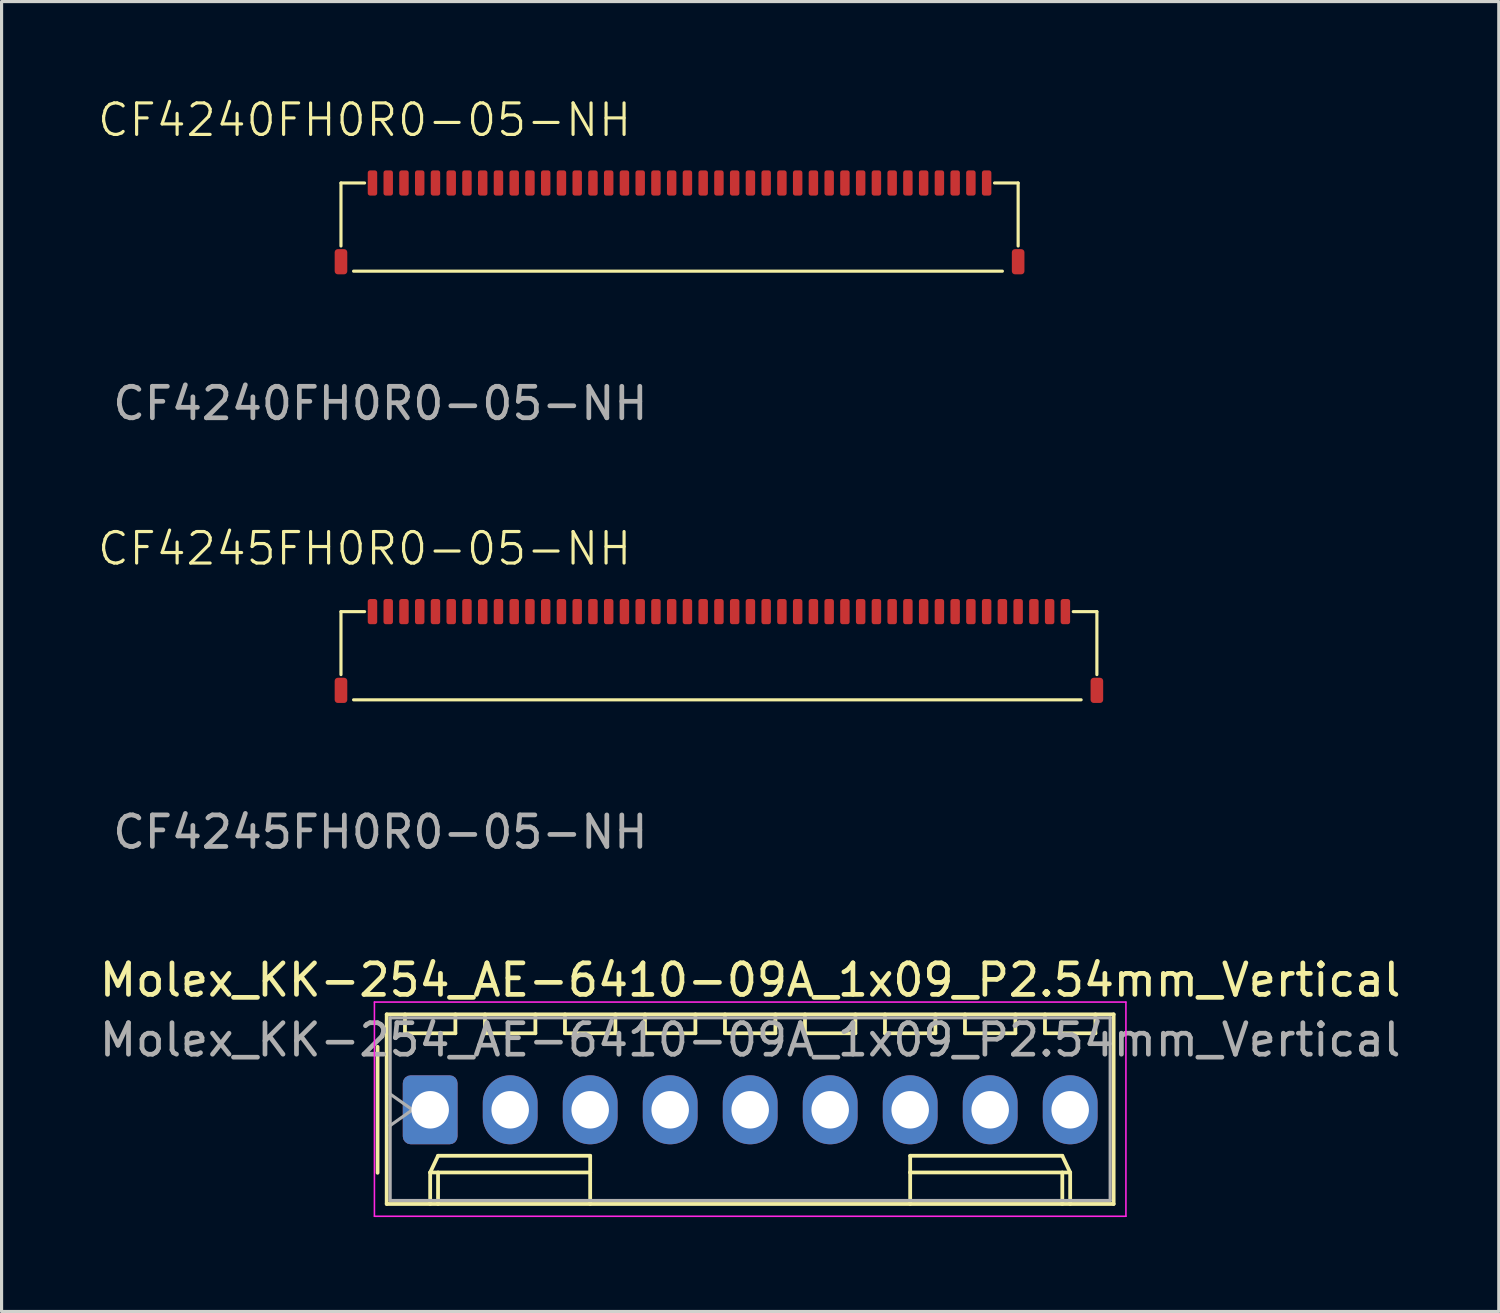
<source format=kicad_pcb>
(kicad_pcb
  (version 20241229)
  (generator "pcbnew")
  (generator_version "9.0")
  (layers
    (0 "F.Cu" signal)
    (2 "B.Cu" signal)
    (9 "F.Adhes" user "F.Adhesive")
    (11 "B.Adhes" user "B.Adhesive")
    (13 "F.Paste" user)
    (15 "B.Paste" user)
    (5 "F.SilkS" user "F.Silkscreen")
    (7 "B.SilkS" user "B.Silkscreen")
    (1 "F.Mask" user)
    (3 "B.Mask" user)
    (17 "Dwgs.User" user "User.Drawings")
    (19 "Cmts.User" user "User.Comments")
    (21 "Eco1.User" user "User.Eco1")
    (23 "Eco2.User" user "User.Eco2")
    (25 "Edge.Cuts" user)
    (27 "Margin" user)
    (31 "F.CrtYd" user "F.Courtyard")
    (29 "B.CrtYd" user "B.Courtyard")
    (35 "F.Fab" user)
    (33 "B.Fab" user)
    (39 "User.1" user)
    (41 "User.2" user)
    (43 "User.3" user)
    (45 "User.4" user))
  (footprint "CF4245FH0R0-05-NH"
    (layer "F.Cu")
    (at 8.776 16.369)
    (property "Reference" "CF4245FH0R0-05-NH" (at -0.25 -2 0) (unlocked yes) (layer "F.SilkS") (effects (font (size 1 1) (thickness 0.1))))
    (attr smd)
    (fp_line (start -1 0) (end -1 2) (stroke (width 0.1) (type default)) (layer "F.SilkS"))
    (fp_line (start -0.25 0) (end -1 0) (stroke (width 0.1) (type default)) (layer "F.SilkS"))
    (fp_line (start 22.25 0) (end 23 0) (stroke (width 0.1) (type default)) (layer "F.SilkS"))
    (fp_line (start 22.5 2.8) (end -0.6 2.8) (stroke (width 0.1) (type default)) (layer "F.SilkS"))
    (fp_line (start 23 0) (end 23 2) (stroke (width 0.1) (type default)) (layer "F.SilkS"))
    (fp_text user "${REFERENCE}" (at 0.25 7 0) (unlocked yes) (layer "F.Fab") (effects (font (size 1 1) (thickness 0.15))))
    (pad "" smd roundrect (at -1 2.5) (size 0.4 0.8) (layers "F.Cu" "F.Mask" "F.Paste") (roundrect_rratio 0.25))
    (pad "" smd roundrect (at 23 2.5) (size 0.4 0.8) (layers "F.Cu" "F.Mask" "F.Paste") (roundrect_rratio 0.25))
    (pad "1" smd roundrect (at 0 0) (size 0.3 0.8) (layers "F.Cu" "F.Mask" "F.Paste") (roundrect_rratio 0.25))
    (pad "2" smd roundrect (at 0.5 0) (size 0.3 0.8) (layers "F.Cu" "F.Mask" "F.Paste") (roundrect_rratio 0.25))
    (pad "3" smd roundrect (at 1 0) (size 0.3 0.8) (layers "F.Cu" "F.Mask" "F.Paste") (roundrect_rratio 0.25))
    (pad "4" smd roundrect (at 1.5 0) (size 0.3 0.8) (layers "F.Cu" "F.Mask" "F.Paste") (roundrect_rratio 0.25))
    (pad "5" smd roundrect (at 2 0) (size 0.3 0.8) (layers "F.Cu" "F.Mask" "F.Paste") (roundrect_rratio 0.25))
    (pad "6" smd roundrect (at 2.5 0) (size 0.3 0.8) (layers "F.Cu" "F.Mask" "F.Paste") (roundrect_rratio 0.25))
    (pad "7" smd roundrect (at 3 0) (size 0.3 0.8) (layers "F.Cu" "F.Mask" "F.Paste") (roundrect_rratio 0.25))
    (pad "8" smd roundrect (at 3.5 0) (size 0.3 0.8) (layers "F.Cu" "F.Mask" "F.Paste") (roundrect_rratio 0.25))
    (pad "9" smd roundrect (at 4 0) (size 0.3 0.8) (layers "F.Cu" "F.Mask" "F.Paste") (roundrect_rratio 0.25))
    (pad "10" smd roundrect (at 4.5 0) (size 0.3 0.8) (layers "F.Cu" "F.Mask" "F.Paste") (roundrect_rratio 0.25))
    (pad "11" smd roundrect (at 5 0) (size 0.3 0.8) (layers "F.Cu" "F.Mask" "F.Paste") (roundrect_rratio 0.25))
    (pad "12" smd roundrect (at 5.5 0) (size 0.3 0.8) (layers "F.Cu" "F.Mask" "F.Paste") (roundrect_rratio 0.25))
    (pad "13" smd roundrect (at 6 0) (size 0.3 0.8) (layers "F.Cu" "F.Mask" "F.Paste") (roundrect_rratio 0.25))
    (pad "14" smd roundrect (at 6.5 0) (size 0.3 0.8) (layers "F.Cu" "F.Mask" "F.Paste") (roundrect_rratio 0.25))
    (pad "15" smd roundrect (at 7 0) (size 0.3 0.8) (layers "F.Cu" "F.Mask" "F.Paste") (roundrect_rratio 0.25))
    (pad "16" smd roundrect (at 7.5 0) (size 0.3 0.8) (layers "F.Cu" "F.Mask" "F.Paste") (roundrect_rratio 0.25))
    (pad "17" smd roundrect (at 8 0) (size 0.3 0.8) (layers "F.Cu" "F.Mask" "F.Paste") (roundrect_rratio 0.25))
    (pad "18" smd roundrect (at 8.5 0) (size 0.3 0.8) (layers "F.Cu" "F.Mask" "F.Paste") (roundrect_rratio 0.25))
    (pad "19" smd roundrect (at 9 0) (size 0.3 0.8) (layers "F.Cu" "F.Mask" "F.Paste") (roundrect_rratio 0.25))
    (pad "20" smd roundrect (at 9.5 0) (size 0.3 0.8) (layers "F.Cu" "F.Mask" "F.Paste") (roundrect_rratio 0.25))
    (pad "21" smd roundrect (at 10 0) (size 0.3 0.8) (layers "F.Cu" "F.Mask" "F.Paste") (roundrect_rratio 0.25))
    (pad "22" smd roundrect (at 10.5 0) (size 0.3 0.8) (layers "F.Cu" "F.Mask" "F.Paste") (roundrect_rratio 0.25))
    (pad "23" smd roundrect (at 11 0) (size 0.3 0.8) (layers "F.Cu" "F.Mask" "F.Paste") (roundrect_rratio 0.25))
    (pad "24" smd roundrect (at 11.5 0) (size 0.3 0.8) (layers "F.Cu" "F.Mask" "F.Paste") (roundrect_rratio 0.25))
    (pad "25" smd roundrect (at 12 0) (size 0.3 0.8) (layers "F.Cu" "F.Mask" "F.Paste") (roundrect_rratio 0.25))
    (pad "26" smd roundrect (at 12.5 0) (size 0.3 0.8) (layers "F.Cu" "F.Mask" "F.Paste") (roundrect_rratio 0.25))
    (pad "27" smd roundrect (at 13 0) (size 0.3 0.8) (layers "F.Cu" "F.Mask" "F.Paste") (roundrect_rratio 0.25))
    (pad "28" smd roundrect (at 13.5 0) (size 0.3 0.8) (layers "F.Cu" "F.Mask" "F.Paste") (roundrect_rratio 0.25))
    (pad "29" smd roundrect (at 14 0) (size 0.3 0.8) (layers "F.Cu" "F.Mask" "F.Paste") (roundrect_rratio 0.25))
    (pad "30" smd roundrect (at 14.5 0) (size 0.3 0.8) (layers "F.Cu" "F.Mask" "F.Paste") (roundrect_rratio 0.25))
    (pad "31" smd roundrect (at 15 0) (size 0.3 0.8) (layers "F.Cu" "F.Mask" "F.Paste") (roundrect_rratio 0.25))
    (pad "32" smd roundrect (at 15.5 0) (size 0.3 0.8) (layers "F.Cu" "F.Mask" "F.Paste") (roundrect_rratio 0.25))
    (pad "33" smd roundrect (at 16 0) (size 0.3 0.8) (layers "F.Cu" "F.Mask" "F.Paste") (roundrect_rratio 0.25))
    (pad "34" smd roundrect (at 16.5 0) (size 0.3 0.8) (layers "F.Cu" "F.Mask" "F.Paste") (roundrect_rratio 0.25))
    (pad "35" smd roundrect (at 17 0) (size 0.3 0.8) (layers "F.Cu" "F.Mask" "F.Paste") (roundrect_rratio 0.25))
    (pad "36" smd roundrect (at 17.5 0) (size 0.3 0.8) (layers "F.Cu" "F.Mask" "F.Paste") (roundrect_rratio 0.25))
    (pad "37" smd roundrect (at 18 0) (size 0.3 0.8) (layers "F.Cu" "F.Mask" "F.Paste") (roundrect_rratio 0.25))
    (pad "38" smd roundrect (at 18.5 0) (size 0.3 0.8) (layers "F.Cu" "F.Mask" "F.Paste") (roundrect_rratio 0.25))
    (pad "39" smd roundrect (at 19 0) (size 0.3 0.8) (layers "F.Cu" "F.Mask" "F.Paste") (roundrect_rratio 0.25))
    (pad "40" smd roundrect (at 19.5 0) (size 0.3 0.8) (layers "F.Cu" "F.Mask" "F.Paste") (roundrect_rratio 0.25))
    (pad "41" smd roundrect (at 20 0) (size 0.3 0.8) (layers "F.Cu" "F.Mask" "F.Paste") (roundrect_rratio 0.25))
    (pad "42" smd roundrect (at 20.5 0) (size 0.3 0.8) (layers "F.Cu" "F.Mask" "F.Paste") (roundrect_rratio 0.25))
    (pad "43" smd roundrect (at 21 0) (size 0.3 0.8) (layers "F.Cu" "F.Mask" "F.Paste") (roundrect_rratio 0.25))
    (pad "44" smd roundrect (at 21.5 0) (size 0.3 0.8) (layers "F.Cu" "F.Mask" "F.Paste") (roundrect_rratio 0.25))
    (pad "45" smd roundrect (at 22 0) (size 0.3 0.8) (layers "F.Cu" "F.Mask" "F.Paste") (roundrect_rratio 0.25)))
  (footprint "CF4240FH0R0-05-NH"
    (layer "F.Cu")
    (at 8.776 2.76)
    (property "Reference" "CF4240FH0R0-05-NH" (at -0.25 -2 0) (unlocked yes) (layer "F.SilkS") (effects (font (size 1 1) (thickness 0.1))))
    (attr smd)
    (fp_line (start -1 0) (end -1 2) (stroke (width 0.1) (type default)) (layer "F.SilkS"))
    (fp_line (start -0.25 0) (end -1 0) (stroke (width 0.1) (type default)) (layer "F.SilkS"))
    (fp_line (start 19.75 0) (end 20.5 0) (stroke (width 0.1) (type default)) (layer "F.SilkS"))
    (fp_line (start 20 2.8) (end -0.6 2.8) (stroke (width 0.1) (type default)) (layer "F.SilkS"))
    (fp_line (start 20.5 0) (end 20.5 2) (stroke (width 0.1) (type default)) (layer "F.SilkS"))
    (fp_text user "${REFERENCE}" (at 0.25 7 0) (unlocked yes) (layer "F.Fab") (effects (font (size 1 1) (thickness 0.15))))
    (pad "" smd roundrect (at -1 2.5) (size 0.4 0.8) (layers "F.Cu" "F.Mask" "F.Paste") (roundrect_rratio 0.25))
    (pad "" smd roundrect (at 20.5 2.5) (size 0.4 0.8) (layers "F.Cu" "F.Mask" "F.Paste") (roundrect_rratio 0.25))
    (pad "1" smd roundrect (at 0 0) (size 0.3 0.8) (layers "F.Cu" "F.Mask" "F.Paste") (roundrect_rratio 0.25))
    (pad "2" smd roundrect (at 0.5 0) (size 0.3 0.8) (layers "F.Cu" "F.Mask" "F.Paste") (roundrect_rratio 0.25))
    (pad "3" smd roundrect (at 1 0) (size 0.3 0.8) (layers "F.Cu" "F.Mask" "F.Paste") (roundrect_rratio 0.25))
    (pad "4" smd roundrect (at 1.5 0) (size 0.3 0.8) (layers "F.Cu" "F.Mask" "F.Paste") (roundrect_rratio 0.25))
    (pad "5" smd roundrect (at 2 0) (size 0.3 0.8) (layers "F.Cu" "F.Mask" "F.Paste") (roundrect_rratio 0.25))
    (pad "6" smd roundrect (at 2.5 0) (size 0.3 0.8) (layers "F.Cu" "F.Mask" "F.Paste") (roundrect_rratio 0.25))
    (pad "7" smd roundrect (at 3 0) (size 0.3 0.8) (layers "F.Cu" "F.Mask" "F.Paste") (roundrect_rratio 0.25))
    (pad "8" smd roundrect (at 3.5 0) (size 0.3 0.8) (layers "F.Cu" "F.Mask" "F.Paste") (roundrect_rratio 0.25))
    (pad "9" smd roundrect (at 4 0) (size 0.3 0.8) (layers "F.Cu" "F.Mask" "F.Paste") (roundrect_rratio 0.25))
    (pad "10" smd roundrect (at 4.5 0) (size 0.3 0.8) (layers "F.Cu" "F.Mask" "F.Paste") (roundrect_rratio 0.25))
    (pad "11" smd roundrect (at 5 0) (size 0.3 0.8) (layers "F.Cu" "F.Mask" "F.Paste") (roundrect_rratio 0.25))
    (pad "12" smd roundrect (at 5.5 0) (size 0.3 0.8) (layers "F.Cu" "F.Mask" "F.Paste") (roundrect_rratio 0.25))
    (pad "13" smd roundrect (at 6 0) (size 0.3 0.8) (layers "F.Cu" "F.Mask" "F.Paste") (roundrect_rratio 0.25))
    (pad "14" smd roundrect (at 6.5 0) (size 0.3 0.8) (layers "F.Cu" "F.Mask" "F.Paste") (roundrect_rratio 0.25))
    (pad "15" smd roundrect (at 7 0) (size 0.3 0.8) (layers "F.Cu" "F.Mask" "F.Paste") (roundrect_rratio 0.25))
    (pad "16" smd roundrect (at 7.5 0) (size 0.3 0.8) (layers "F.Cu" "F.Mask" "F.Paste") (roundrect_rratio 0.25))
    (pad "17" smd roundrect (at 8 0) (size 0.3 0.8) (layers "F.Cu" "F.Mask" "F.Paste") (roundrect_rratio 0.25))
    (pad "18" smd roundrect (at 8.5 0) (size 0.3 0.8) (layers "F.Cu" "F.Mask" "F.Paste") (roundrect_rratio 0.25))
    (pad "19" smd roundrect (at 9 0) (size 0.3 0.8) (layers "F.Cu" "F.Mask" "F.Paste") (roundrect_rratio 0.25))
    (pad "20" smd roundrect (at 9.5 0) (size 0.3 0.8) (layers "F.Cu" "F.Mask" "F.Paste") (roundrect_rratio 0.25))
    (pad "21" smd roundrect (at 10 0) (size 0.3 0.8) (layers "F.Cu" "F.Mask" "F.Paste") (roundrect_rratio 0.25))
    (pad "22" smd roundrect (at 10.5 0) (size 0.3 0.8) (layers "F.Cu" "F.Mask" "F.Paste") (roundrect_rratio 0.25))
    (pad "23" smd roundrect (at 11 0) (size 0.3 0.8) (layers "F.Cu" "F.Mask" "F.Paste") (roundrect_rratio 0.25))
    (pad "24" smd roundrect (at 11.5 0) (size 0.3 0.8) (layers "F.Cu" "F.Mask" "F.Paste") (roundrect_rratio 0.25))
    (pad "25" smd roundrect (at 12 0) (size 0.3 0.8) (layers "F.Cu" "F.Mask" "F.Paste") (roundrect_rratio 0.25))
    (pad "26" smd roundrect (at 12.5 0) (size 0.3 0.8) (layers "F.Cu" "F.Mask" "F.Paste") (roundrect_rratio 0.25))
    (pad "27" smd roundrect (at 13 0) (size 0.3 0.8) (layers "F.Cu" "F.Mask" "F.Paste") (roundrect_rratio 0.25))
    (pad "28" smd roundrect (at 13.5 0) (size 0.3 0.8) (layers "F.Cu" "F.Mask" "F.Paste") (roundrect_rratio 0.25))
    (pad "29" smd roundrect (at 14 0) (size 0.3 0.8) (layers "F.Cu" "F.Mask" "F.Paste") (roundrect_rratio 0.25))
    (pad "30" smd roundrect (at 14.5 0) (size 0.3 0.8) (layers "F.Cu" "F.Mask" "F.Paste") (roundrect_rratio 0.25))
    (pad "31" smd roundrect (at 15 0) (size 0.3 0.8) (layers "F.Cu" "F.Mask" "F.Paste") (roundrect_rratio 0.25))
    (pad "32" smd roundrect (at 15.5 0) (size 0.3 0.8) (layers "F.Cu" "F.Mask" "F.Paste") (roundrect_rratio 0.25))
    (pad "33" smd roundrect (at 16 0) (size 0.3 0.8) (layers "F.Cu" "F.Mask" "F.Paste") (roundrect_rratio 0.25))
    (pad "34" smd roundrect (at 16.5 0) (size 0.3 0.8) (layers "F.Cu" "F.Mask" "F.Paste") (roundrect_rratio 0.25))
    (pad "35" smd roundrect (at 17 0) (size 0.3 0.8) (layers "F.Cu" "F.Mask" "F.Paste") (roundrect_rratio 0.25))
    (pad "36" smd roundrect (at 17.5 0) (size 0.3 0.8) (layers "F.Cu" "F.Mask" "F.Paste") (roundrect_rratio 0.25))
    (pad "37" smd roundrect (at 18 0) (size 0.3 0.8) (layers "F.Cu" "F.Mask" "F.Paste") (roundrect_rratio 0.25))
    (pad "38" smd roundrect (at 18.5 0) (size 0.3 0.8) (layers "F.Cu" "F.Mask" "F.Paste") (roundrect_rratio 0.25))
    (pad "39" smd roundrect (at 19 0) (size 0.3 0.8) (layers "F.Cu" "F.Mask" "F.Paste") (roundrect_rratio 0.25))
    (pad "40" smd roundrect (at 19.5 0) (size 0.3 0.8) (layers "F.Cu" "F.Mask" "F.Paste") (roundrect_rratio 0.25)))
  (footprint "Molex_KK-254_AE-6410-09A_1x09_P2.54mm_Vertical"
    (layer "F.Cu")
    (at 10.608 32.186)
    (property "Reference" "Molex_KK-254_AE-6410-09A_1x09_P2.54mm_Vertical" (at 10.16 -4.12 0) (layer "F.SilkS") (effects (font (size 1 1) (thickness 0.15))))
    (attr through_hole)
    (fp_line (start -1.67 -2) (end -1.67 2) (stroke (width 0.12) (type solid)) (layer "F.SilkS"))
    (fp_line (start -1.38 -3.03) (end -1.38 2.99) (stroke (width 0.12) (type solid)) (layer "F.SilkS"))
    (fp_line (start -1.38 2.99) (end 21.7 2.99) (stroke (width 0.12) (type solid)) (layer "F.SilkS"))
    (fp_line (start -0.8 -3.03) (end -0.8 -2.43) (stroke (width 0.12) (type solid)) (layer "F.SilkS"))
    (fp_line (start -0.8 -2.43) (end 0.8 -2.43) (stroke (width 0.12) (type solid)) (layer "F.SilkS"))
    (fp_line (start 0 1.99) (end 0.25 1.46) (stroke (width 0.12) (type solid)) (layer "F.SilkS"))
    (fp_line (start 0 1.99) (end 5.08 1.99) (stroke (width 0.12) (type solid)) (layer "F.SilkS"))
    (fp_line (start 0 2.99) (end 0 1.99) (stroke (width 0.12) (type solid)) (layer "F.SilkS"))
    (fp_line (start 0.25 1.46) (end 5.08 1.46) (stroke (width 0.12) (type solid)) (layer "F.SilkS"))
    (fp_line (start 0.25 2.99) (end 0.25 1.99) (stroke (width 0.12) (type solid)) (layer "F.SilkS"))
    (fp_line (start 0.8 -2.43) (end 0.8 -3.03) (stroke (width 0.12) (type solid)) (layer "F.SilkS"))
    (fp_line (start 1.74 -3.03) (end 1.74 -2.43) (stroke (width 0.12) (type solid)) (layer "F.SilkS"))
    (fp_line (start 1.74 -2.43) (end 3.34 -2.43) (stroke (width 0.12) (type solid)) (layer "F.SilkS"))
    (fp_line (start 3.34 -2.43) (end 3.34 -3.03) (stroke (width 0.12) (type solid)) (layer "F.SilkS"))
    (fp_line (start 4.28 -3.03) (end 4.28 -2.43) (stroke (width 0.12) (type solid)) (layer "F.SilkS"))
    (fp_line (start 4.28 -2.43) (end 5.88 -2.43) (stroke (width 0.12) (type solid)) (layer "F.SilkS"))
    (fp_line (start 5.08 1.46) (end 5.08 1.99) (stroke (width 0.12) (type solid)) (layer "F.SilkS"))
    (fp_line (start 5.08 1.99) (end 5.08 2.99) (stroke (width 0.12) (type solid)) (layer "F.SilkS"))
    (fp_line (start 5.88 -2.43) (end 5.88 -3.03) (stroke (width 0.12) (type solid)) (layer "F.SilkS"))
    (fp_line (start 6.82 -3.03) (end 6.82 -2.43) (stroke (width 0.12) (type solid)) (layer "F.SilkS"))
    (fp_line (start 6.82 -2.43) (end 8.42 -2.43) (stroke (width 0.12) (type solid)) (layer "F.SilkS"))
    (fp_line (start 8.42 -2.43) (end 8.42 -3.03) (stroke (width 0.12) (type solid)) (layer "F.SilkS"))
    (fp_line (start 9.36 -3.03) (end 9.36 -2.43) (stroke (width 0.12) (type solid)) (layer "F.SilkS"))
    (fp_line (start 9.36 -2.43) (end 10.96 -2.43) (stroke (width 0.12) (type solid)) (layer "F.SilkS"))
    (fp_line (start 10.96 -2.43) (end 10.96 -3.03) (stroke (width 0.12) (type solid)) (layer "F.SilkS"))
    (fp_line (start 11.9 -3.03) (end 11.9 -2.43) (stroke (width 0.12) (type solid)) (layer "F.SilkS"))
    (fp_line (start 11.9 -2.43) (end 13.5 -2.43) (stroke (width 0.12) (type solid)) (layer "F.SilkS"))
    (fp_line (start 13.5 -2.43) (end 13.5 -3.03) (stroke (width 0.12) (type solid)) (layer "F.SilkS"))
    (fp_line (start 14.44 -3.03) (end 14.44 -2.43) (stroke (width 0.12) (type solid)) (layer "F.SilkS"))
    (fp_line (start 14.44 -2.43) (end 16.04 -2.43) (stroke (width 0.12) (type solid)) (layer "F.SilkS"))
    (fp_line (start 15.24 1.46) (end 15.24 1.99) (stroke (width 0.12) (type solid)) (layer "F.SilkS"))
    (fp_line (start 15.24 1.99) (end 15.24 2.99) (stroke (width 0.12) (type solid)) (layer "F.SilkS"))
    (fp_line (start 16.04 -2.43) (end 16.04 -3.03) (stroke (width 0.12) (type solid)) (layer "F.SilkS"))
    (fp_line (start 16.98 -3.03) (end 16.98 -2.43) (stroke (width 0.12) (type solid)) (layer "F.SilkS"))
    (fp_line (start 16.98 -2.43) (end 18.58 -2.43) (stroke (width 0.12) (type solid)) (layer "F.SilkS"))
    (fp_line (start 18.58 -2.43) (end 18.58 -3.03) (stroke (width 0.12) (type solid)) (layer "F.SilkS"))
    (fp_line (start 19.52 -3.03) (end 19.52 -2.43) (stroke (width 0.12) (type solid)) (layer "F.SilkS"))
    (fp_line (start 19.52 -2.43) (end 21.12 -2.43) (stroke (width 0.12) (type solid)) (layer "F.SilkS"))
    (fp_line (start 20.07 1.46) (end 15.24 1.46) (stroke (width 0.12) (type solid)) (layer "F.SilkS"))
    (fp_line (start 20.07 2.99) (end 20.07 1.99) (stroke (width 0.12) (type solid)) (layer "F.SilkS"))
    (fp_line (start 20.32 1.99) (end 15.24 1.99) (stroke (width 0.12) (type solid)) (layer "F.SilkS"))
    (fp_line (start 20.32 1.99) (end 20.07 1.46) (stroke (width 0.12) (type solid)) (layer "F.SilkS"))
    (fp_line (start 20.32 2.99) (end 20.32 1.99) (stroke (width 0.12) (type solid)) (layer "F.SilkS"))
    (fp_line (start 21.12 -2.43) (end 21.12 -3.03) (stroke (width 0.12) (type solid)) (layer "F.SilkS"))
    (fp_line (start 21.7 -3.03) (end -1.38 -3.03) (stroke (width 0.12) (type solid)) (layer "F.SilkS"))
    (fp_line (start 21.7 2.99) (end 21.7 -3.03) (stroke (width 0.12) (type solid)) (layer "F.SilkS"))
    (fp_line (start -1.77 -3.42) (end -1.77 3.38) (stroke (width 0.05) (type solid)) (layer "F.CrtYd"))
    (fp_line (start -1.77 3.38) (end 22.09 3.38) (stroke (width 0.05) (type solid)) (layer "F.CrtYd"))
    (fp_line (start 22.09 -3.42) (end -1.77 -3.42) (stroke (width 0.05) (type solid)) (layer "F.CrtYd"))
    (fp_line (start 22.09 3.38) (end 22.09 -3.42) (stroke (width 0.05) (type solid)) (layer "F.CrtYd"))
    (fp_line (start -1.27 -2.92) (end -1.27 2.88) (stroke (width 0.1) (type solid)) (layer "F.Fab"))
    (fp_line (start -1.27 -0.5) (end -0.563 0) (stroke (width 0.1) (type solid)) (layer "F.Fab"))
    (fp_line (start -1.27 2.88) (end 21.59 2.88) (stroke (width 0.1) (type solid)) (layer "F.Fab"))
    (fp_line (start -0.563 0) (end -1.27 0.5) (stroke (width 0.1) (type solid)) (layer "F.Fab"))
    (fp_line (start 21.59 -2.92) (end -1.27 -2.92) (stroke (width 0.1) (type solid)) (layer "F.Fab"))
    (fp_line (start 21.59 2.88) (end 21.59 -2.92) (stroke (width 0.1) (type solid)) (layer "F.Fab"))
    (fp_text user "${REFERENCE}" (at 10.16 -2.22 0) (layer "F.Fab") (effects (font (size 1 1) (thickness 0.15))))
    (pad "1" thru_hole roundrect (at 0 0) (size 1.74 2.19) (drill 1.19) (layers "*.Cu" "*.Mask") (roundrect_rratio 0.144))
    (pad "2" thru_hole oval (at 2.54 0) (size 1.74 2.19) (drill 1.19) (layers "*.Cu" "*.Mask"))
    (pad "3" thru_hole oval (at 5.08 0) (size 1.74 2.19) (drill 1.19) (layers "*.Cu" "*.Mask"))
    (pad "4" thru_hole oval (at 7.62 0) (size 1.74 2.19) (drill 1.19) (layers "*.Cu" "*.Mask"))
    (pad "5" thru_hole oval (at 10.16 0) (size 1.74 2.19) (drill 1.19) (layers "*.Cu" "*.Mask"))
    (pad "6" thru_hole oval (at 12.7 0) (size 1.74 2.19) (drill 1.19) (layers "*.Cu" "*.Mask"))
    (pad "7" thru_hole oval (at 15.24 0) (size 1.74 2.19) (drill 1.19) (layers "*.Cu" "*.Mask"))
    (pad "8" thru_hole oval (at 17.78 0) (size 1.74 2.19) (drill 1.19) (layers "*.Cu" "*.Mask"))
    (pad "9" thru_hole oval (at 20.32 0) (size 1.74 2.19) (drill 1.19) (layers "*.Cu" "*.Mask")))
  (gr_rect
    (start -3 -3)
    (end 44.536 38.591)
    (stroke (width 0.1) (type default))
    (fill no)
    (layer "Edge.Cuts")))
</source>
